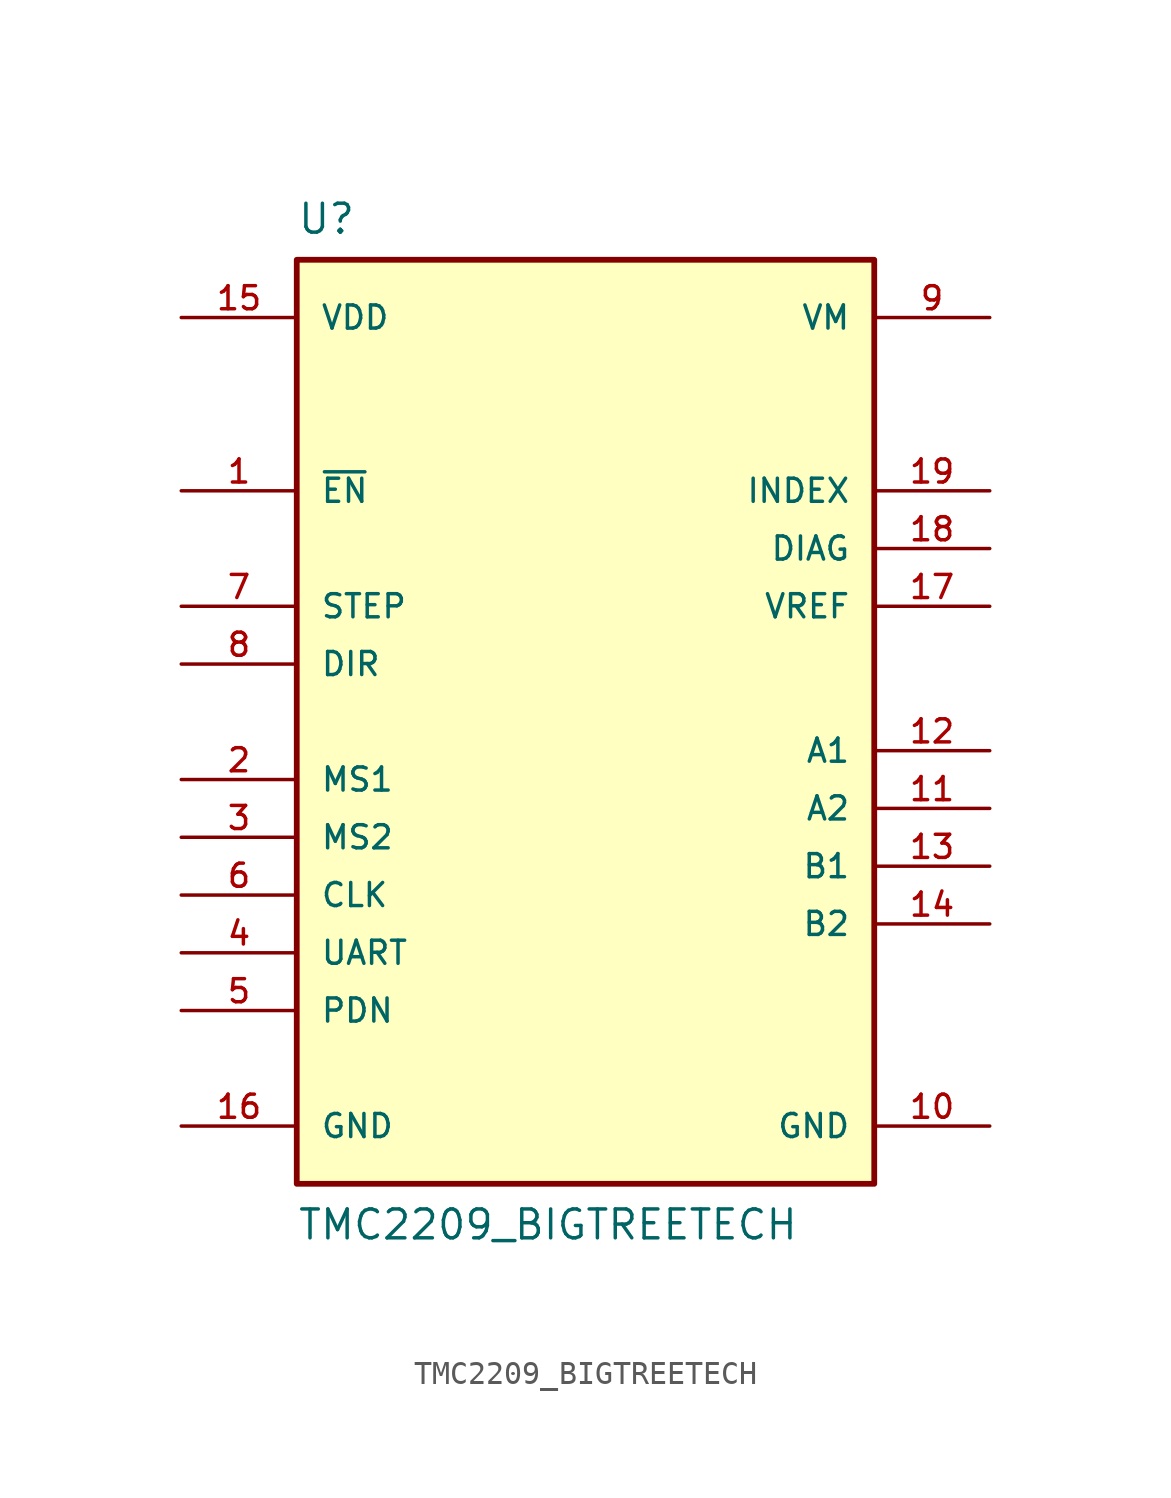
<source format=kicad_sym>
(kicad_symbol_lib
  (version 20241209)
  (generator "kicad_symbol_editor")
  (generator_version "9.0")
  (symbol "TMC2209_BIGTREETECH"
    (pin_names
      (offset 1.016))
    (property "Reference" "U"
      (at -12.7 22.86 0)
      (effects (font (size 1.27 1.27)) (justify left top)))
    (property "Value" "TMC2209_BIGTREETECH"
      (at -12.7 -22.86 0)
      (effects (font (size 1.27 1.27)) (justify left bottom)))
    (symbol "TMC2209_BIGTREETECH_0_0"
      (rectangle (start -12.7 -20.32) (end 12.7 20.32) (stroke (width 0.254) (type default)) (fill (type background)))
      (pin power_in line (at -17.78 17.78 0) (length 5.08) (name "VDD" (effects (font (size 1.016 1.016)))) (number "15" (effects (font (size 1.016 1.016)))))
      (pin input line (at -17.78 10.16 0) (length 5.08) (name "~{EN}" (effects (font (size 1.016 1.016)))) (number "1" (effects (font (size 1.016 1.016)))))
      (pin input line (at -17.78 5.08 0) (length 5.08) (name "STEP" (effects (font (size 1.016 1.016)))) (number "7" (effects (font (size 1.016 1.016)))))
      (pin input line (at -17.78 2.54 0) (length 5.08) (name "DIR" (effects (font (size 1.016 1.016)))) (number "8" (effects (font (size 1.016 1.016)))))
      (pin input line (at -17.78 -2.54 0) (length 5.08) (name "MS1" (effects (font (size 1.016 1.016)))) (number "2" (effects (font (size 1.016 1.016)))))
      (pin input line (at -17.78 -5.08 0) (length 5.08) (name "MS2" (effects (font (size 1.016 1.016)))) (number "3" (effects (font (size 1.016 1.016)))))
      (pin input line (at -17.78 -7.62 0) (length 5.08) (name "CLK" (effects (font (size 1.016 1.016)))) (number "6" (effects (font (size 1.016 1.016)))))
      (pin power_in line (at -17.78 -17.78 0) (length 5.08) (name "GND" (effects (font (size 1.016 1.016)))) (number "16" (effects (font (size 1.016 1.016)))))
      (pin power_in line (at 17.78 17.78 180) (length 5.08) (name "VM" (effects (font (size 1.016 1.016)))) (number "9" (effects (font (size 1.016 1.016)))))
      (pin output line (at 17.78 10.16 180) (length 5.08) (name "INDEX" (effects (font (size 1.016 1.016)))) (number "19" (effects (font (size 1.016 1.016)))))
      (pin output line (at 17.78 7.62 180) (length 5.08) (name "DIAG" (effects (font (size 1.016 1.016)))) (number "18" (effects (font (size 1.016 1.016)))))
      (pin output line (at 17.78 -1.27 180) (length 5.08) (name "A1" (effects (font (size 1.016 1.016)))) (number "12" (effects (font (size 1.016 1.016)))))
      (pin output line (at 17.78 -3.81 180) (length 5.08) (name "A2" (effects (font (size 1.016 1.016)))) (number "11" (effects (font (size 1.016 1.016)))))
      (pin output line (at 17.78 -6.35 180) (length 5.08) (name "B1" (effects (font (size 1.016 1.016)))) (number "13" (effects (font (size 1.016 1.016)))))
      (pin output line (at 17.78 -8.89 180) (length 5.08) (name "B2" (effects (font (size 1.016 1.016)))) (number "14" (effects (font (size 1.016 1.016)))))
      (pin power_in line (at 17.78 -17.78 180) (length 5.08) (name "GND" (effects (font (size 1.016 1.016)))) (number "10" (effects (font (size 1.016 1.016))))))
    (symbol "TMC2209_BIGTREETECH_1_0"
      (pin bidirectional line (at -17.78 -10.16 0) (length 5.08) (name "UART" (effects (font (size 1.016 1.016)))) (number "4" (effects (font (size 1.016 1.016)))))
      (pin bidirectional line (at -17.78 -12.7 0) (length 5.08) (name "PDN" (effects (font (size 1.016 1.016)))) (number "5" (effects (font (size 1.016 1.016)))))
      (pin output line (at 17.78 5.08 180) (length 5.08) (name "VREF" (effects (font (size 1.016 1.016)))) (number "17" (effects (font (size 1.016 1.016))))))))
</source>
